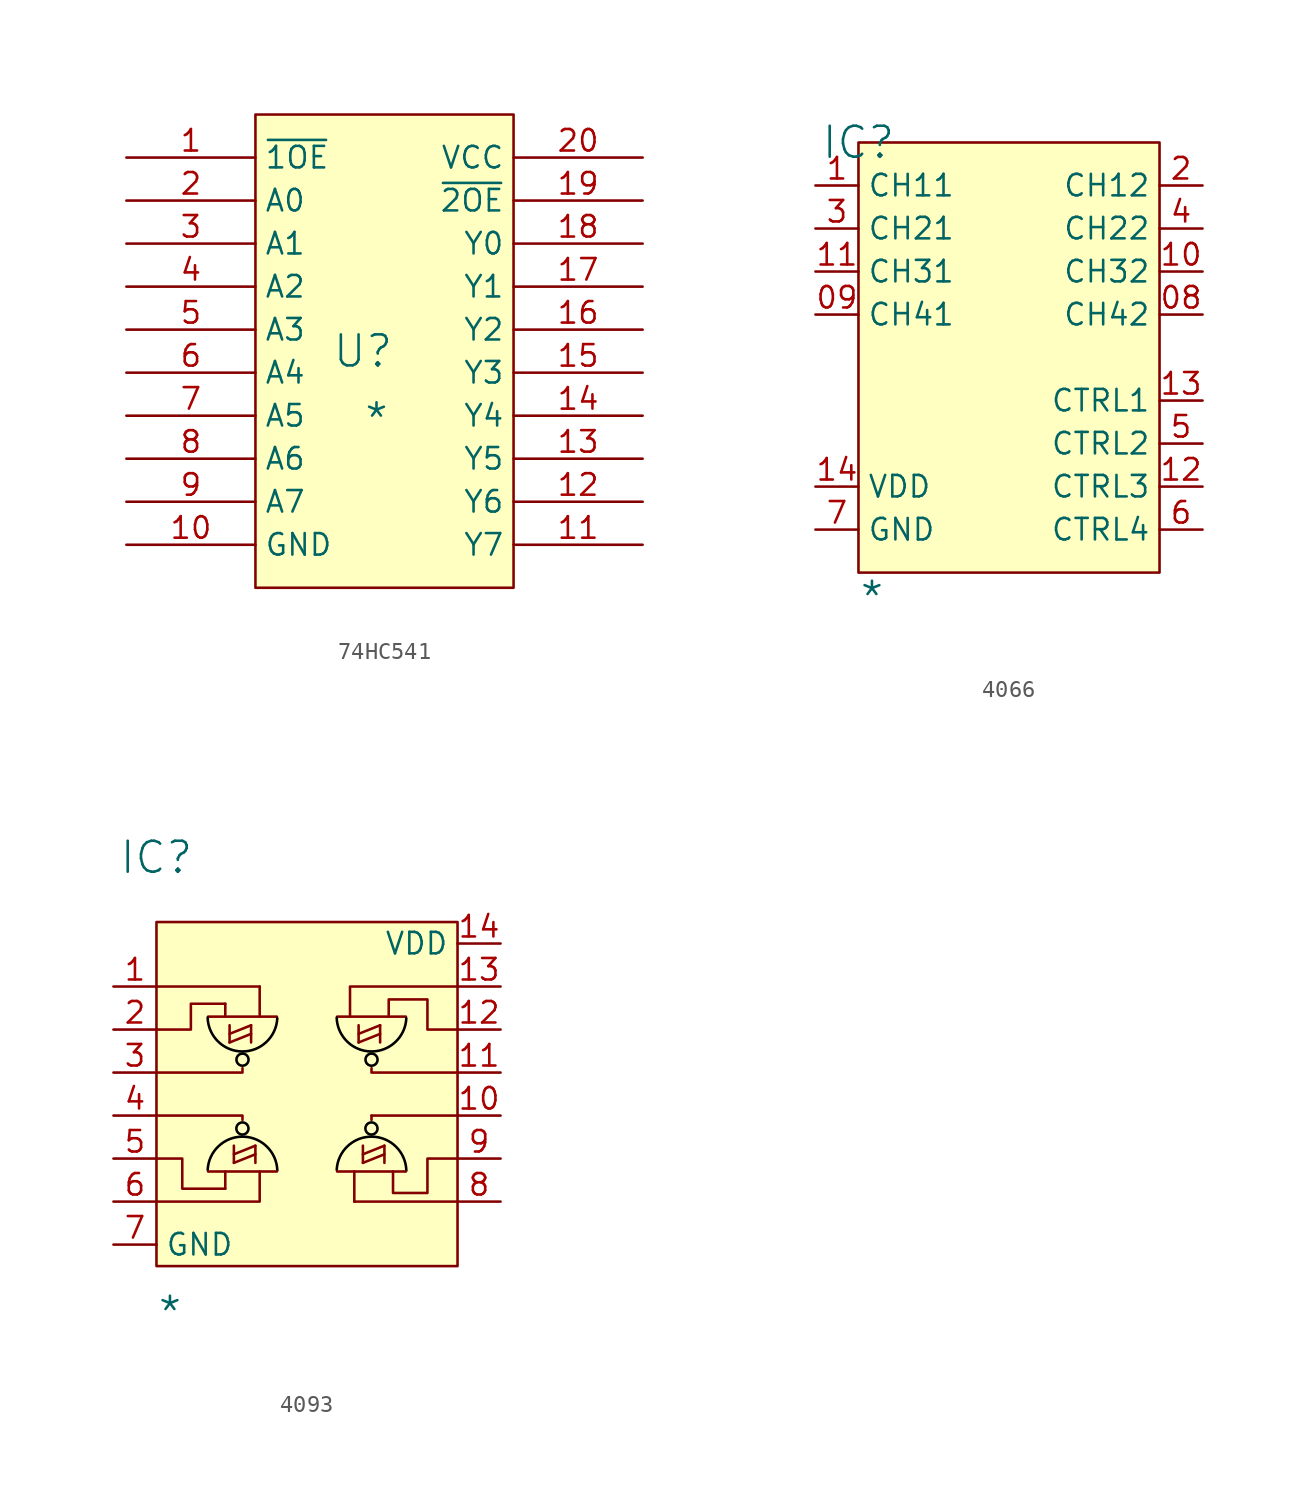
<source format=kicad_sym>
(kicad_symbol_lib
  (version 20241209)
  (generator "kicad_symbol_editor")
  (generator_version "9.0")
  (symbol "74HC541"
    (property "Reference" "U"
      (at -1.27 1.27 0)
      (effects (font (size 1.829 1.829))))
    (property "Value" "*"
      (at -1.27 -3.81 0)
      (effects (font (size 1.829 1.829)) (justify left bottom)))
    (symbol "74HC541_1_0"
      (polyline (pts (xy 7.62 15.24) (xy -7.62 15.24) (xy -7.62 -12.7) (xy 7.62 -12.7) (xy 7.62 15.24)) (stroke (width 0) (type solid)) (fill (type none)))
      (rectangle (start 7.62 15.24) (end -7.62 -12.7) (stroke (width 0.025) (type solid) (color 128 0 0 1)) (fill (type background)))
      (pin passive line (at -15.24 12.7 0) (length 7.62) (name "~{1OE}" (effects (font (size 1.27 1.27)))) (number "1" (effects (font (size 1.27 1.27)))))
      (pin passive line (at -15.24 10.16 0) (length 7.62) (name "A0" (effects (font (size 1.27 1.27)))) (number "2" (effects (font (size 1.27 1.27)))))
      (pin passive line (at -15.24 7.62 0) (length 7.62) (name "A1" (effects (font (size 1.27 1.27)))) (number "3" (effects (font (size 1.27 1.27)))))
      (pin passive line (at -15.24 5.08 0) (length 7.62) (name "A2" (effects (font (size 1.27 1.27)))) (number "4" (effects (font (size 1.27 1.27)))))
      (pin passive line (at -15.24 2.54 0) (length 7.62) (name "A3" (effects (font (size 1.27 1.27)))) (number "5" (effects (font (size 1.27 1.27)))))
      (pin passive line (at -15.24 0 0) (length 7.62) (name "A4" (effects (font (size 1.27 1.27)))) (number "6" (effects (font (size 1.27 1.27)))))
      (pin passive line (at -15.24 -2.54 0) (length 7.62) (name "A5" (effects (font (size 1.27 1.27)))) (number "7" (effects (font (size 1.27 1.27)))))
      (pin passive line (at -15.24 -5.08 0) (length 7.62) (name "A6" (effects (font (size 1.27 1.27)))) (number "8" (effects (font (size 1.27 1.27)))))
      (pin passive line (at -15.24 -7.62 0) (length 7.62) (name "A7" (effects (font (size 1.27 1.27)))) (number "9" (effects (font (size 1.27 1.27)))))
      (pin passive line (at -15.24 -10.16 0) (length 7.62) (name "GND" (effects (font (size 1.27 1.27)))) (number "10" (effects (font (size 1.27 1.27)))))
      (pin passive line (at 15.24 12.7 180) (length 7.62) (name "VCC" (effects (font (size 1.27 1.27)))) (number "20" (effects (font (size 1.27 1.27)))))
      (pin passive line (at 15.24 10.16 180) (length 7.62) (name "~{2OE}" (effects (font (size 1.27 1.27)))) (number "19" (effects (font (size 1.27 1.27)))))
      (pin passive line (at 15.24 7.62 180) (length 7.62) (name "Y0" (effects (font (size 1.27 1.27)))) (number "18" (effects (font (size 1.27 1.27)))))
      (pin passive line (at 15.24 5.08 180) (length 7.62) (name "Y1" (effects (font (size 1.27 1.27)))) (number "17" (effects (font (size 1.27 1.27)))))
      (pin passive line (at 15.24 2.54 180) (length 7.62) (name "Y2" (effects (font (size 1.27 1.27)))) (number "16" (effects (font (size 1.27 1.27)))))
      (pin passive line (at 15.24 0 180) (length 7.62) (name "Y3" (effects (font (size 1.27 1.27)))) (number "15" (effects (font (size 1.27 1.27)))))
      (pin passive line (at 15.24 -2.54 180) (length 7.62) (name "Y4" (effects (font (size 1.27 1.27)))) (number "14" (effects (font (size 1.27 1.27)))))
      (pin passive line (at 15.24 -5.08 180) (length 7.62) (name "Y5" (effects (font (size 1.27 1.27)))) (number "13" (effects (font (size 1.27 1.27)))))
      (pin passive line (at 15.24 -7.62 180) (length 7.62) (name "Y6" (effects (font (size 1.27 1.27)))) (number "12" (effects (font (size 1.27 1.27)))))
      (pin passive line (at 15.24 -10.16 180) (length 7.62) (name "Y7" (effects (font (size 1.27 1.27)))) (number "11" (effects (font (size 1.27 1.27)))))))
  (symbol "4066"
    (property "Reference" "IC"
      (at 0 0 0)
      (effects (font (size 1.829 1.829))))
    (property "Value" "*"
      (at 0 -27.94 0)
      (effects (font (size 1.829 1.829)) (justify left bottom)))
    (symbol "4066_1_0"
      (rectangle (start 17.78 0) (end 0 -25.4) (stroke (width 0) (type solid) (color 128 0 0 1)) (fill (type background)))
      (pin passive line (at -2.54 -2.54 0) (length 2.54) (name "CH11" (effects (font (size 1.27 1.27)))) (number "1" (effects (font (size 1.27 1.27)))))
      (pin passive line (at -2.54 -5.08 0) (length 2.54) (name "CH21" (effects (font (size 1.27 1.27)))) (number "3" (effects (font (size 1.27 1.27)))))
      (pin passive line (at -2.54 -7.62 0) (length 2.54) (name "CH31" (effects (font (size 1.27 1.27)))) (number "11" (effects (font (size 1.27 1.27)))))
      (pin passive line (at -2.54 -10.16 0) (length 2.54) (name "CH41" (effects (font (size 1.27 1.27)))) (number "09" (effects (font (size 1.27 1.27)))))
      (pin passive line (at -2.54 -20.32 0) (length 2.54) (name "VDD" (effects (font (size 1.27 1.27)))) (number "14" (effects (font (size 1.27 1.27)))))
      (pin passive line (at -2.54 -22.86 0) (length 2.54) (name "GND" (effects (font (size 1.27 1.27)))) (number "7" (effects (font (size 1.27 1.27)))))
      (pin passive line (at 20.32 -2.54 180) (length 2.54) (name "CH12" (effects (font (size 1.27 1.27)))) (number "2" (effects (font (size 1.27 1.27)))))
      (pin passive line (at 20.32 -5.08 180) (length 2.54) (name "CH22" (effects (font (size 1.27 1.27)))) (number "4" (effects (font (size 1.27 1.27)))))
      (pin passive line (at 20.32 -7.62 180) (length 2.54) (name "CH32" (effects (font (size 1.27 1.27)))) (number "10" (effects (font (size 1.27 1.27)))))
      (pin passive line (at 20.32 -10.16 180) (length 2.54) (name "CH42" (effects (font (size 1.27 1.27)))) (number "08" (effects (font (size 1.27 1.27)))))
      (pin passive line (at 20.32 -15.24 180) (length 2.54) (name "CTRL1" (effects (font (size 1.27 1.27)))) (number "13" (effects (font (size 1.27 1.27)))))
      (pin passive line (at 20.32 -17.78 180) (length 2.54) (name "CTRL2" (effects (font (size 1.27 1.27)))) (number "5" (effects (font (size 1.27 1.27)))))
      (pin passive line (at 20.32 -20.32 180) (length 2.54) (name "CTRL3" (effects (font (size 1.27 1.27)))) (number "12" (effects (font (size 1.27 1.27)))))
      (pin passive line (at 20.32 -22.86 180) (length 2.54) (name "CTRL4" (effects (font (size 1.27 1.27)))) (number "6" (effects (font (size 1.27 1.27)))))))
  (symbol "4093"
    (property "Reference" "IC"
      (at 0 0 0)
      (effects (font (size 1.829 1.829))))
    (property "Value" "*"
      (at 0 -27.94 0)
      (effects (font (size 1.829 1.829)) (justify left bottom)))
    (symbol "4093_1_0"
      (polyline (pts (xy 0 -7.62) (xy 6.096 -7.62)) (stroke (width 0) (type solid)) (fill (type none)))
      (polyline (pts (xy 0 -10.16) (xy 2.032 -10.16) (xy 2.032 -8.636) (xy 4.064 -8.636)) (stroke (width 0) (type solid)) (fill (type none)))
      (polyline (pts (xy 0 -12.7) (xy 5.08 -12.7) (xy 5.08 -12.446)) (stroke (width 0) (type solid)) (fill (type none)))
      (polyline (pts (xy 0 -15.24) (xy 5.08 -15.24) (xy 5.08 -15.494)) (stroke (width 0) (type solid)) (fill (type none)))
      (polyline (pts (xy 0 -17.78) (xy 1.524 -17.78) (xy 1.524 -19.558) (xy 4.064 -19.558)) (stroke (width 0) (type solid)) (fill (type none)))
      (polyline (pts (xy 0 -20.32) (xy 6.096 -20.32) (xy 6.096 -18.542)) (stroke (width 0) (type solid)) (fill (type none)))
      (polyline (pts (xy 3.048 -9.398) (xy 7.112 -9.398)) (stroke (width 0) (type solid)) (fill (type none)))
      (polyline (pts (xy 4.064 -8.636) (xy 4.064 -9.398)) (stroke (width 0) (type solid)) (fill (type none)))
      (polyline (pts (xy 4.064 -19.558) (xy 4.064 -18.542)) (stroke (width 0) (type solid)) (fill (type none)))
      (polyline (pts (xy 4.318 -10.414) (xy 5.588 -9.906)) (stroke (width 0) (type solid)) (fill (type none)))
      (polyline (pts (xy 4.318 -10.922) (xy 4.318 -9.906)) (stroke (width 0) (type solid)) (fill (type none)))
      (polyline (pts (xy 4.318 -10.922) (xy 5.588 -10.414)) (stroke (width 0) (type solid)) (fill (type none)))
      (polyline (pts (xy 4.572 -17.018) (xy 4.572 -18.034)) (stroke (width 0) (type solid)) (fill (type none)))
      (arc (start 7.1356 -9.4967) (mid 5.0601 -11.4559) (end 3.0228 -9.4569) (stroke (width 0) (type solid) (color 0 0 0 1)) (fill (type none)))
      (arc (start 5.0781 -12.295) (mid 5.0703 -11.5811) (end 5.1013 -12.2944) (stroke (width 0) (type solid) (color 0 0 0 1)) (fill (type none)))
      (arc (start 5.0819 -15.645) (mid 5.0897 -16.3589) (end 5.0587 -15.6456) (stroke (width 0) (type solid) (color 0 0 0 1)) (fill (type none)))
      (arc (start 3.0244 -18.4433) (mid 5.0999 -16.4841) (end 7.1372 -18.4831) (stroke (width 0) (type solid) (color 0 0 0 1)) (fill (type none)))
      (polyline (pts (xy 5.588 -10.922) (xy 5.588 -9.906)) (stroke (width 0) (type solid)) (fill (type none)))
      (polyline (pts (xy 5.842 -17.018) (xy 4.572 -17.526)) (stroke (width 0) (type solid)) (fill (type none)))
      (polyline (pts (xy 5.842 -17.018) (xy 5.842 -18.034)) (stroke (width 0) (type solid)) (fill (type none)))
      (polyline (pts (xy 5.842 -17.526) (xy 4.572 -18.034)) (stroke (width 0) (type solid)) (fill (type none)))
      (polyline (pts (xy 6.096 -7.62) (xy 6.096 -9.398)) (stroke (width 0) (type solid)) (fill (type none)))
      (polyline (pts (xy 7.112 -18.542) (xy 3.048 -18.542)) (stroke (width 0) (type solid)) (fill (type none)))
      (polyline (pts (xy 10.668 -9.398) (xy 14.732 -9.398)) (stroke (width 0) (type solid)) (fill (type none)))
      (polyline (pts (xy 11.684 -20.32) (xy 11.684 -18.542)) (stroke (width 0) (type solid)) (fill (type none)))
      (polyline (pts (xy 11.938 -10.414) (xy 13.208 -9.906)) (stroke (width 0) (type solid)) (fill (type none)))
      (polyline (pts (xy 11.938 -10.922) (xy 11.938 -9.906)) (stroke (width 0) (type solid)) (fill (type none)))
      (polyline (pts (xy 11.938 -10.922) (xy 13.208 -10.414)) (stroke (width 0) (type solid)) (fill (type none)))
      (polyline (pts (xy 12.192 -17.018) (xy 12.192 -18.034)) (stroke (width 0) (type solid)) (fill (type none)))
      (arc (start 14.7556 -9.4967) (mid 12.6801 -11.4559) (end 10.6428 -9.4569) (stroke (width 0) (type solid) (color 0 0 0 1)) (fill (type none)))
      (arc (start 12.6981 -12.295) (mid 12.6903 -11.5811) (end 12.7213 -12.2944) (stroke (width 0) (type solid) (color 0 0 0 1)) (fill (type none)))
      (polyline (pts (xy 12.7 -15.24) (xy 12.7 -15.494)) (stroke (width 0) (type solid)) (fill (type none)))
      (arc (start 12.7019 -15.645) (mid 12.7097 -16.3589) (end 12.6787 -15.6456) (stroke (width 0) (type solid) (color 0 0 0 1)) (fill (type none)))
      (arc (start 10.6444 -18.4433) (mid 12.7199 -16.4841) (end 14.7572 -18.4831) (stroke (width 0) (type solid) (color 0 0 0 1)) (fill (type none)))
      (polyline (pts (xy 13.208 -10.922) (xy 13.208 -9.906)) (stroke (width 0) (type solid)) (fill (type none)))
      (polyline (pts (xy 13.462 -17.018) (xy 12.192 -17.526)) (stroke (width 0) (type solid)) (fill (type none)))
      (polyline (pts (xy 13.462 -17.018) (xy 13.462 -18.034)) (stroke (width 0) (type solid)) (fill (type none)))
      (polyline (pts (xy 13.462 -17.526) (xy 12.192 -18.034)) (stroke (width 0) (type solid)) (fill (type none)))
      (polyline (pts (xy 14.732 -18.542) (xy 10.668 -18.542)) (stroke (width 0) (type solid)) (fill (type none)))
      (rectangle (start 17.78 -3.81) (end 0 -24.13) (stroke (width 0) (type solid) (color 128 0 0 1)) (fill (type background)))
      (polyline (pts (xy 17.78 -7.62) (xy 11.43 -7.62) (xy 11.43 -9.398)) (stroke (width 0) (type solid)) (fill (type none)))
      (polyline (pts (xy 17.78 -10.16) (xy 16.002 -10.16) (xy 16.002 -8.382) (xy 13.716 -8.382) (xy 13.716 -9.398)) (stroke (width 0) (type solid)) (fill (type none)))
      (polyline (pts (xy 17.78 -12.7) (xy 12.7 -12.7) (xy 12.7 -12.446)) (stroke (width 0) (type solid)) (fill (type none)))
      (polyline (pts (xy 17.78 -15.24) (xy 12.7 -15.24)) (stroke (width 0) (type solid)) (fill (type none)))
      (polyline (pts (xy 17.78 -17.78) (xy 16.002 -17.78) (xy 16.002 -19.812) (xy 13.97 -19.812) (xy 13.97 -18.542)) (stroke (width 0) (type solid)) (fill (type none)))
      (polyline (pts (xy 17.78 -20.32) (xy 11.684 -20.32)) (stroke (width 0) (type solid)) (fill (type none)))
      (pin passive line (at -2.54 -7.62 0) (length 2.54) (name "" (effects (font (size 1.27 1.27)))) (number "1" (effects (font (size 1.27 1.27)))))
      (pin passive line (at -2.54 -10.16 0) (length 2.54) (name "" (effects (font (size 1.27 1.27)))) (number "2" (effects (font (size 1.27 1.27)))))
      (pin passive line (at -2.54 -12.7 0) (length 2.54) (name "" (effects (font (size 1.27 1.27)))) (number "3" (effects (font (size 1.27 1.27)))))
      (pin passive line (at -2.54 -15.24 0) (length 2.54) (name "" (effects (font (size 1.27 1.27)))) (number "4" (effects (font (size 1.27 1.27)))))
      (pin passive line (at -2.54 -17.78 0) (length 2.54) (name "" (effects (font (size 1.27 1.27)))) (number "5" (effects (font (size 1.27 1.27)))))
      (pin passive line (at -2.54 -20.32 0) (length 2.54) (name "" (effects (font (size 1.27 1.27)))) (number "6" (effects (font (size 1.27 1.27)))))
      (pin passive line (at -2.54 -22.86 0) (length 2.54) (name "GND" (effects (font (size 1.27 1.27)))) (number "7" (effects (font (size 1.27 1.27)))))
      (pin passive line (at 20.32 -5.08 180) (length 2.54) (name "VDD" (effects (font (size 1.27 1.27)))) (number "14" (effects (font (size 1.27 1.27)))))
      (pin passive line (at 20.32 -7.62 180) (length 2.54) (name "" (effects (font (size 1.27 1.27)))) (number "13" (effects (font (size 1.27 1.27)))))
      (pin passive line (at 20.32 -10.16 180) (length 2.54) (name "" (effects (font (size 1.27 1.27)))) (number "12" (effects (font (size 1.27 1.27)))))
      (pin passive line (at 20.32 -12.7 180) (length 2.54) (name "" (effects (font (size 1.27 1.27)))) (number "11" (effects (font (size 1.27 1.27)))))
      (pin passive line (at 20.32 -15.24 180) (length 2.54) (name "" (effects (font (size 1.27 1.27)))) (number "10" (effects (font (size 1.27 1.27)))))
      (pin passive line (at 20.32 -17.78 180) (length 2.54) (name "" (effects (font (size 1.27 1.27)))) (number "9" (effects (font (size 1.27 1.27)))))
      (pin passive line (at 20.32 -20.32 180) (length 2.54) (name "" (effects (font (size 1.27 1.27)))) (number "8" (effects (font (size 1.27 1.27))))))))
</source>
